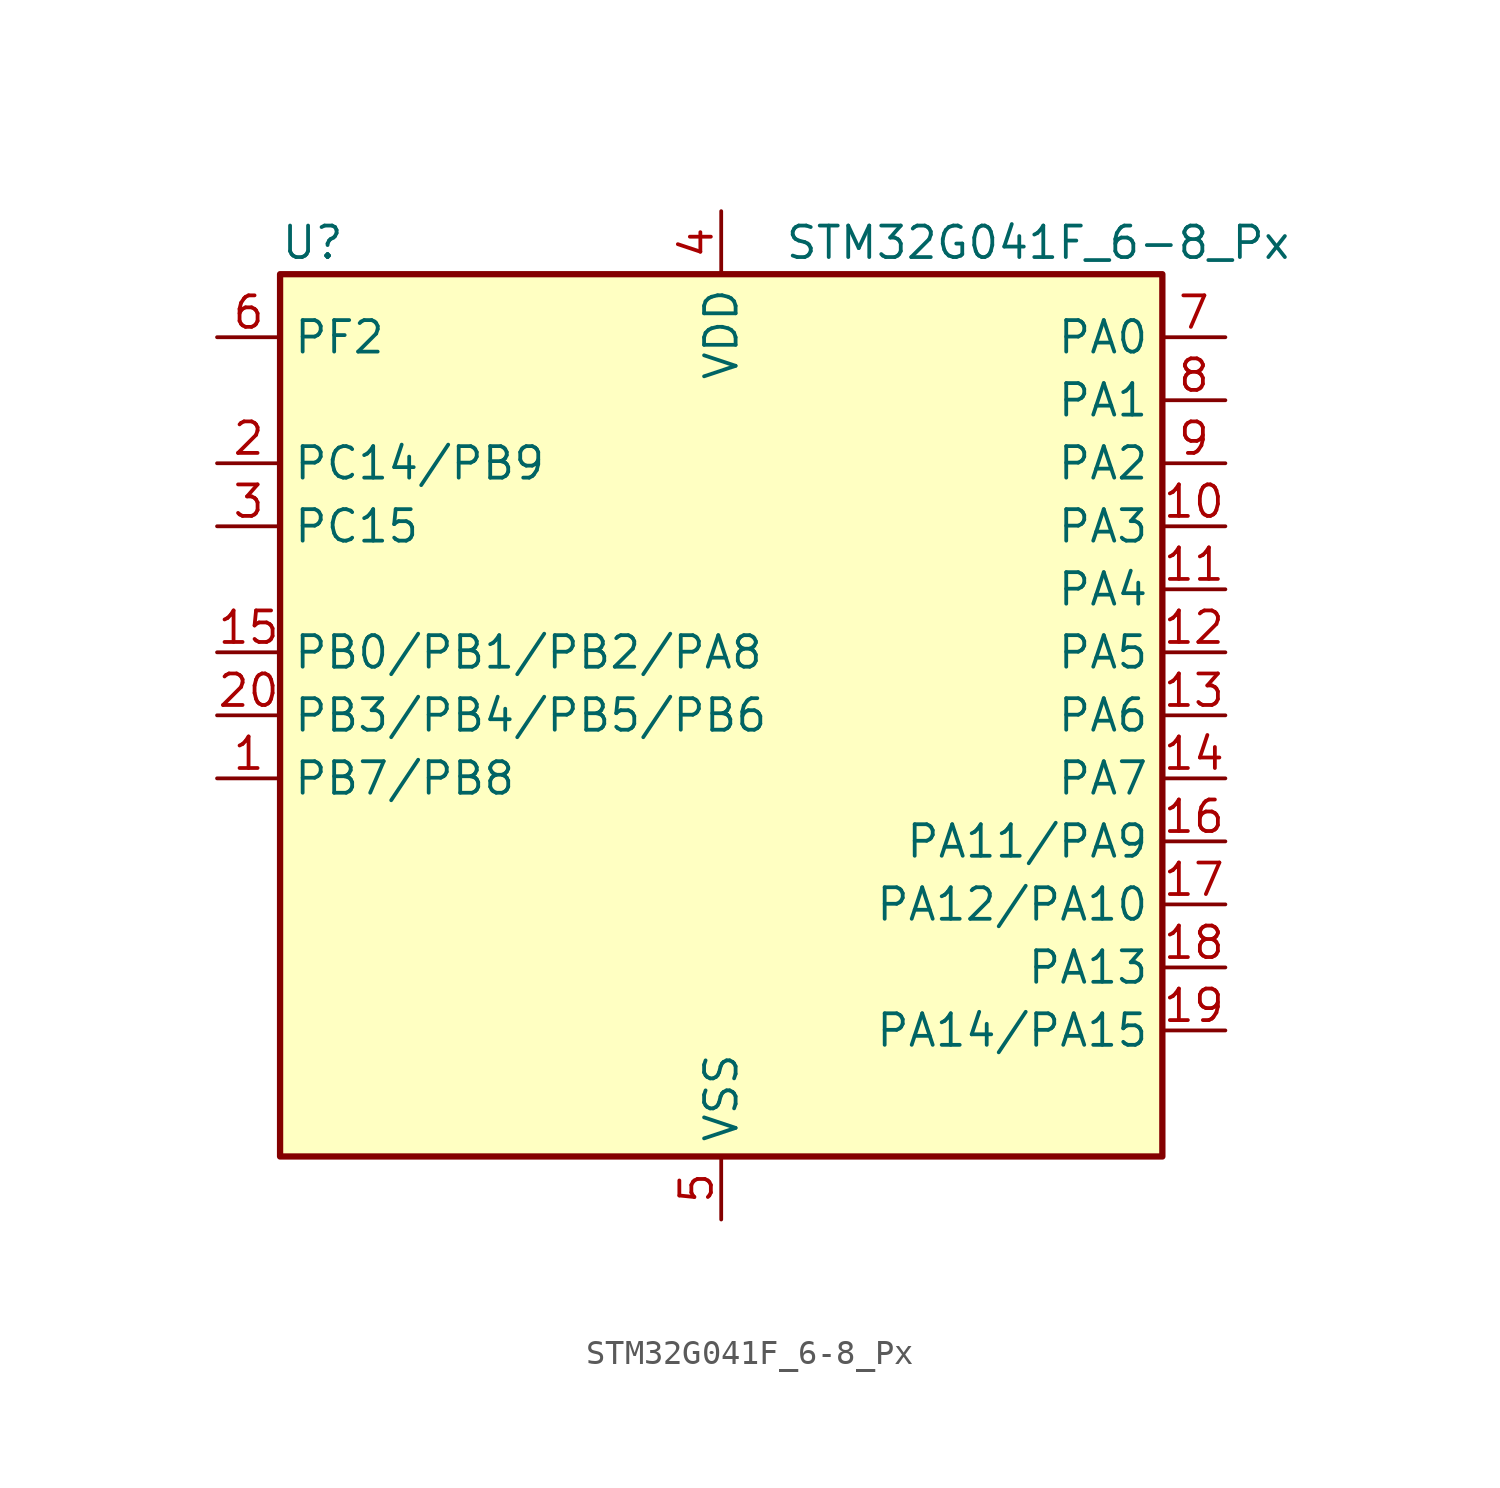
<source format=kicad_sym>
(kicad_symbol_lib
  (version 20220914)
  (generator kicad_symbol_editor)
  (symbol "STM32G041F_6-8_Px"
    (property "Reference" "U"
      (at -17.78 19.05 0)
      (effects (font (size 1.27 1.27)) (justify left)))
    (property "Value" "STM32G041F_6-8_Px"
      (at 2.54 19.05 0)
      (effects (font (size 1.27 1.27)) (justify left)))
    (property "ki_locked" ""
      (at 0 0 0)
      (effects (font (size 1.27 1.27))))
    (symbol "STM32G041F_6-8_Px_0_1"
      (rectangle (start -17.78 -17.78) (end 17.78 17.78) (stroke (width 0.254) (type default)) (fill (type background))))
    (symbol "STM32G041F_6-8_Px_1_1"
      (pin bidirectional line (at -20.32 -2.54 0) (length 2.54) (name "PB7/PB8" (effects (font (size 1.27 1.27)))) (number "1" (effects (font (size 1.27 1.27)))) (alternate "ADC1_IN11" bidirectional line) (alternate "I2C1_SDA" bidirectional line) (alternate "LPTIM1_IN2" bidirectional line) (alternate "SPI2_MOSI" bidirectional line) (alternate "SYS_PVD_IN" bidirectional line) (alternate "TIM17_CH1N" bidirectional line) (alternate "USART1_RX" bidirectional line))
      (pin bidirectional line (at 20.32 7.62 180) (length 2.54) (name "PA3" (effects (font (size 1.27 1.27)))) (number "10" (effects (font (size 1.27 1.27)))) (alternate "ADC1_IN3" bidirectional line) (alternate "LPUART1_RX" bidirectional line) (alternate "SPI2_MISO" bidirectional line) (alternate "TIM2_CH4" bidirectional line) (alternate "USART2_RX" bidirectional line))
      (pin bidirectional line (at 20.32 5.08 180) (length 2.54) (name "PA4" (effects (font (size 1.27 1.27)))) (number "11" (effects (font (size 1.27 1.27)))) (alternate "ADC1_IN4" bidirectional line) (alternate "I2S1_WS" bidirectional line) (alternate "LPTIM2_OUT" bidirectional line) (alternate "RTC_OUT_ALARM" bidirectional line) (alternate "RTC_OUT_CALIB" bidirectional line) (alternate "RTC_TAMP_IN1" bidirectional line) (alternate "RTC_TS" bidirectional line) (alternate "SPI1_NSS" bidirectional line) (alternate "SPI2_MOSI" bidirectional line) (alternate "SYS_WKUP2" bidirectional line) (alternate "TIM14_CH1" bidirectional line))
      (pin bidirectional line (at 20.32 2.54 180) (length 2.54) (name "PA5" (effects (font (size 1.27 1.27)))) (number "12" (effects (font (size 1.27 1.27)))) (alternate "ADC1_IN5" bidirectional line) (alternate "I2S1_CK" bidirectional line) (alternate "LPTIM2_ETR" bidirectional line) (alternate "SPI1_SCK" bidirectional line) (alternate "TIM2_CH1" bidirectional line) (alternate "TIM2_ETR" bidirectional line))
      (pin bidirectional line (at 20.32 0 180) (length 2.54) (name "PA6" (effects (font (size 1.27 1.27)))) (number "13" (effects (font (size 1.27 1.27)))) (alternate "ADC1_IN6" bidirectional line) (alternate "I2S1_MCK" bidirectional line) (alternate "LPUART1_CTS" bidirectional line) (alternate "SPI1_MISO" bidirectional line) (alternate "TIM16_CH1" bidirectional line) (alternate "TIM1_BK" bidirectional line) (alternate "TIM3_CH1" bidirectional line))
      (pin bidirectional line (at 20.32 -2.54 180) (length 2.54) (name "PA7" (effects (font (size 1.27 1.27)))) (number "14" (effects (font (size 1.27 1.27)))) (alternate "ADC1_IN7" bidirectional line) (alternate "I2S1_SD" bidirectional line) (alternate "SPI1_MOSI" bidirectional line) (alternate "TIM14_CH1" bidirectional line) (alternate "TIM17_CH1" bidirectional line) (alternate "TIM1_CH1N" bidirectional line) (alternate "TIM3_CH2" bidirectional line))
      (pin bidirectional line (at -20.32 2.54 0) (length 2.54) (name "PB0/PB1/PB2/PA8" (effects (font (size 1.27 1.27)))) (number "15" (effects (font (size 1.27 1.27)))) (alternate "ADC1_IN8" bidirectional line) (alternate "I2S1_WS" bidirectional line) (alternate "LPTIM1_OUT" bidirectional line) (alternate "SPI1_NSS" bidirectional line) (alternate "TIM1_CH2N" bidirectional line) (alternate "TIM3_CH3" bidirectional line))
      (pin bidirectional line (at 20.32 -5.08 180) (length 2.54) (name "PA11/PA9" (effects (font (size 1.27 1.27)))) (number "16" (effects (font (size 1.27 1.27)))) (alternate "ADC1_EXTI11" bidirectional line) (alternate "ADC1_IN15" bidirectional line) (alternate "I2C2_SCL" bidirectional line) (alternate "I2S1_MCK" bidirectional line) (alternate "SPI1_MISO" bidirectional line) (alternate "TIM1_BK2" bidirectional line) (alternate "TIM1_CH4" bidirectional line) (alternate "USART1_CTS" bidirectional line) (alternate "USART1_NSS" bidirectional line))
      (pin bidirectional line (at 20.32 -7.62 180) (length 2.54) (name "PA12/PA10" (effects (font (size 1.27 1.27)))) (number "17" (effects (font (size 1.27 1.27)))) (alternate "ADC1_IN16" bidirectional line) (alternate "I2C2_SDA" bidirectional line) (alternate "I2S1_SD" bidirectional line) (alternate "I2S_CKIN" bidirectional line) (alternate "SPI1_MOSI" bidirectional line) (alternate "TIM1_ETR" bidirectional line) (alternate "USART1_CK" bidirectional line) (alternate "USART1_DE" bidirectional line) (alternate "USART1_RTS" bidirectional line))
      (pin bidirectional line (at 20.32 -10.16 180) (length 2.54) (name "PA13" (effects (font (size 1.27 1.27)))) (number "18" (effects (font (size 1.27 1.27)))) (alternate "ADC1_IN17" bidirectional line) (alternate "IR_OUT" bidirectional line) (alternate "SYS_SWDIO" bidirectional line))
      (pin bidirectional line (at 20.32 -12.7 180) (length 2.54) (name "PA14/PA15" (effects (font (size 1.27 1.27)))) (number "19" (effects (font (size 1.27 1.27)))) (alternate "ADC1_IN18" bidirectional line) (alternate "SYS_SWCLK" bidirectional line) (alternate "USART2_TX" bidirectional line))
      (pin bidirectional line (at -20.32 10.16 0) (length 2.54) (name "PC14/PB9" (effects (font (size 1.27 1.27)))) (number "2" (effects (font (size 1.27 1.27)))) (alternate "RCC_OSC32_IN" bidirectional line) (alternate "RCC_OSC_IN" bidirectional line) (alternate "TIM1_BK2" bidirectional line))
      (pin bidirectional line (at -20.32 0 0) (length 2.54) (name "PB3/PB4/PB5/PB6" (effects (font (size 1.27 1.27)))) (number "20" (effects (font (size 1.27 1.27)))) (alternate "I2S1_CK" bidirectional line) (alternate "SPI1_SCK" bidirectional line) (alternate "TIM1_CH2" bidirectional line) (alternate "TIM2_CH2" bidirectional line) (alternate "USART1_CK" bidirectional line) (alternate "USART1_DE" bidirectional line) (alternate "USART1_RTS" bidirectional line))
      (pin bidirectional line (at -20.32 7.62 0) (length 2.54) (name "PC15" (effects (font (size 1.27 1.27)))) (number "3" (effects (font (size 1.27 1.27)))) (alternate "RCC_OSC32_EN" bidirectional line) (alternate "RCC_OSC32_OUT" bidirectional line) (alternate "RCC_OSC_EN" bidirectional line))
      (pin power_in line (at 0 20.32 270) (length 2.54) (name "VDD" (effects (font (size 1.27 1.27)))) (number "4" (effects (font (size 1.27 1.27)))))
      (pin power_in line (at 0 -20.32 90) (length 2.54) (name "VSS" (effects (font (size 1.27 1.27)))) (number "5" (effects (font (size 1.27 1.27)))))
      (pin bidirectional line (at -20.32 15.24 0) (length 2.54) (name "PF2" (effects (font (size 1.27 1.27)))) (number "6" (effects (font (size 1.27 1.27)))) (alternate "RCC_MCO" bidirectional line))
      (pin bidirectional line (at 20.32 15.24 180) (length 2.54) (name "PA0" (effects (font (size 1.27 1.27)))) (number "7" (effects (font (size 1.27 1.27)))) (alternate "ADC1_IN0" bidirectional line) (alternate "LPTIM1_OUT" bidirectional line) (alternate "RTC_TAMP_IN2" bidirectional line) (alternate "SPI2_SCK" bidirectional line) (alternate "SYS_WKUP1" bidirectional line) (alternate "TIM2_CH1" bidirectional line) (alternate "TIM2_ETR" bidirectional line) (alternate "USART2_CTS" bidirectional line) (alternate "USART2_NSS" bidirectional line))
      (pin bidirectional line (at 20.32 12.7 180) (length 2.54) (name "PA1" (effects (font (size 1.27 1.27)))) (number "8" (effects (font (size 1.27 1.27)))) (alternate "ADC1_IN1" bidirectional line) (alternate "I2C1_SMBA" bidirectional line) (alternate "I2S1_CK" bidirectional line) (alternate "SPI1_SCK" bidirectional line) (alternate "TIM2_CH2" bidirectional line) (alternate "USART2_CK" bidirectional line) (alternate "USART2_DE" bidirectional line) (alternate "USART2_RTS" bidirectional line))
      (pin bidirectional line (at 20.32 10.16 180) (length 2.54) (name "PA2" (effects (font (size 1.27 1.27)))) (number "9" (effects (font (size 1.27 1.27)))) (alternate "ADC1_IN2" bidirectional line) (alternate "I2S1_SD" bidirectional line) (alternate "LPUART1_TX" bidirectional line) (alternate "RCC_LSCO" bidirectional line) (alternate "SPI1_MOSI" bidirectional line) (alternate "SYS_WKUP4" bidirectional line) (alternate "TIM2_CH3" bidirectional line) (alternate "USART2_TX" bidirectional line)))))
</source>
